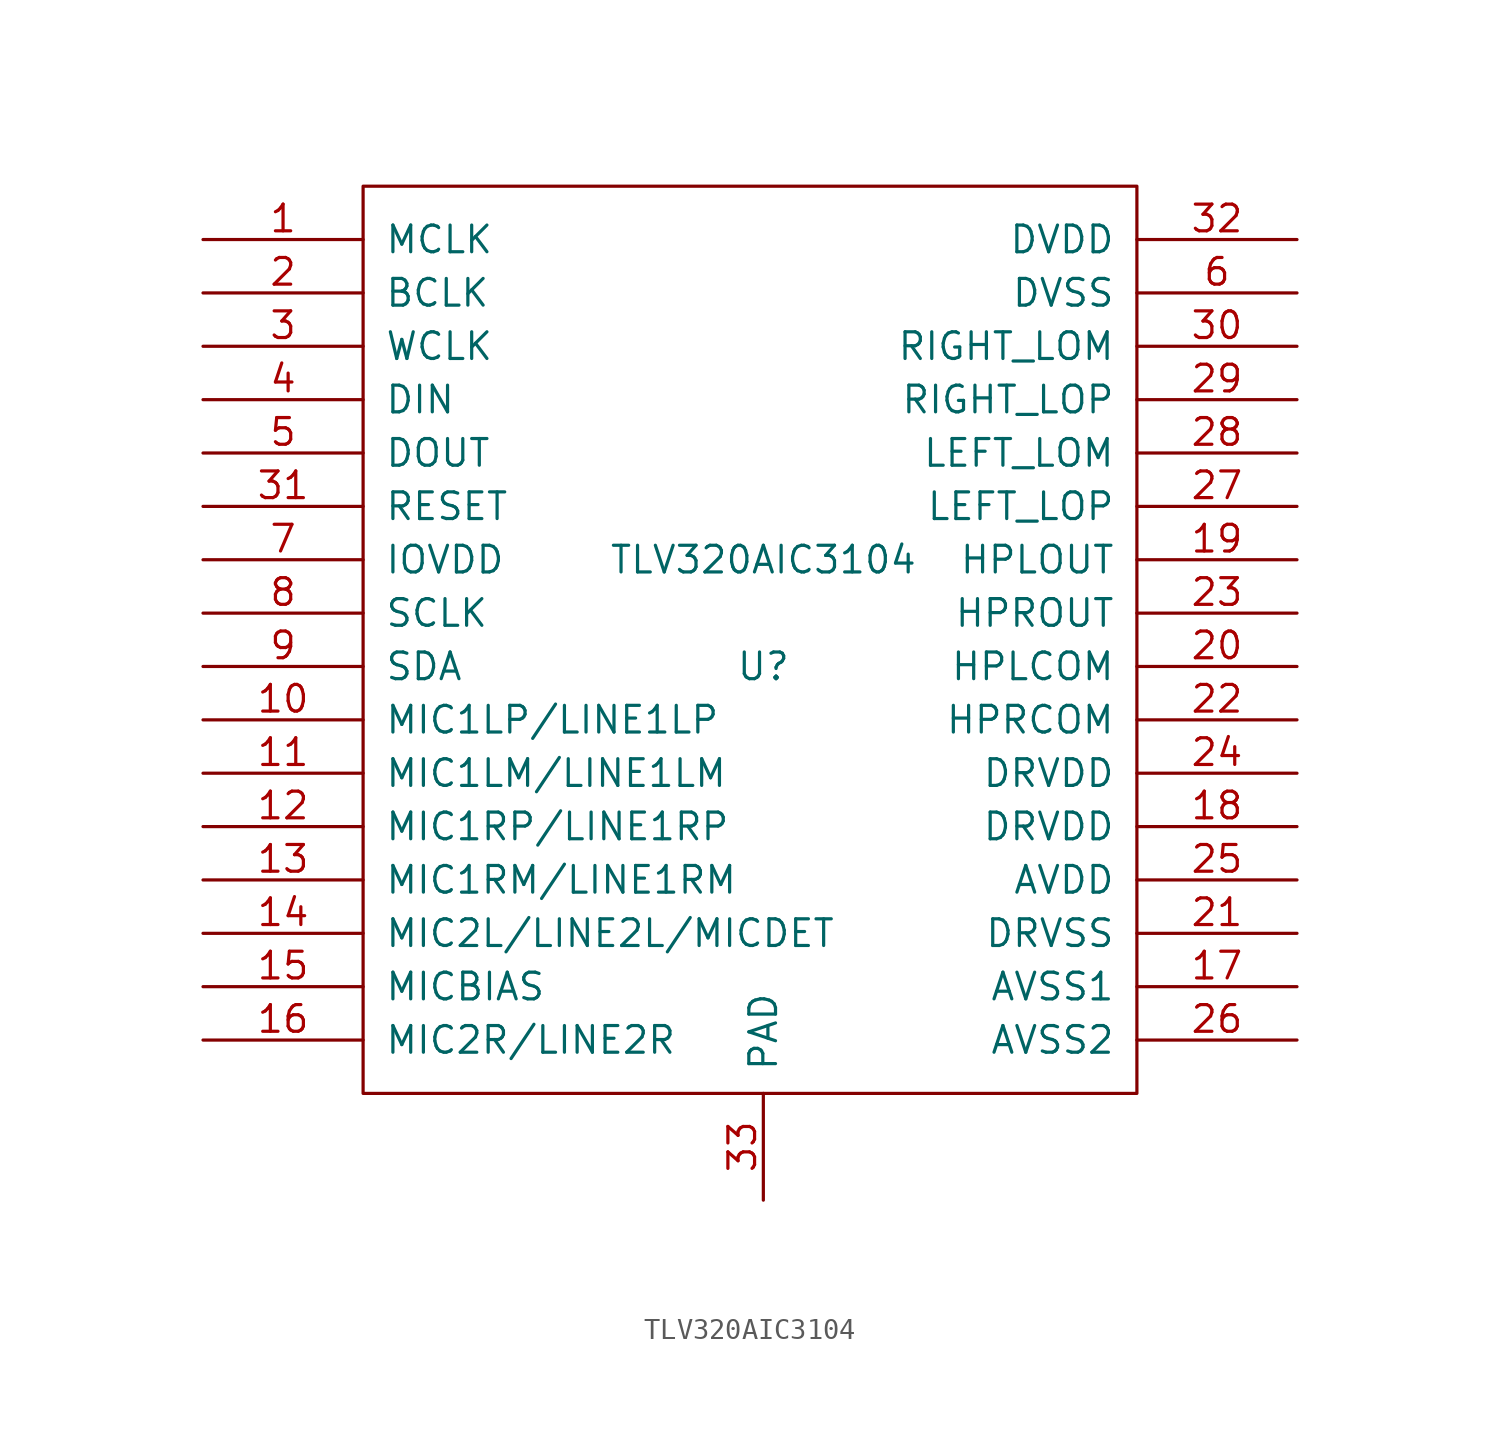
<source format=kicad_sym>
(kicad_symbol_lib
  (version 20231120)
  (generator "kicad_symbol_editor")
  (generator_version "8.0")
  (symbol "TLV320AIC3104"
    (pin_names
      (offset 1.016))
    (property "Reference" "U"
      (at 0 -2.54 0)
      (effects (font (size 1.27 1.27))))
    (property "Value" "TLV320AIC3104"
      (at 0 2.54 0)
      (effects (font (size 1.27 1.27))))
    (symbol "TLV320AIC3104_0_0"
      (rectangle (start -19.05 -22.86) (end 17.78 20.32) (stroke (width 0) (type solid)) (fill (type none))))
    (symbol "TLV320AIC3104_1_1"
      (pin bidirectional line (at -26.67 17.78 0) (length 7.62) (name "MCLK" (effects (font (size 1.27 1.27)))) (number "1" (effects (font (size 1.27 1.27)))))
      (pin input line (at -26.67 -5.08 0) (length 7.62) (name "MIC1LP/LINE1LP" (effects (font (size 1.27 1.27)))) (number "10" (effects (font (size 1.27 1.27)))))
      (pin input line (at -26.67 -7.62 0) (length 7.62) (name "MIC1LM/LINE1LM" (effects (font (size 1.27 1.27)))) (number "11" (effects (font (size 1.27 1.27)))))
      (pin input line (at -26.67 -10.16 0) (length 7.62) (name "MIC1RP/LINE1RP" (effects (font (size 1.27 1.27)))) (number "12" (effects (font (size 1.27 1.27)))))
      (pin input line (at -26.67 -12.7 0) (length 7.62) (name "MIC1RM/LINE1RM" (effects (font (size 1.27 1.27)))) (number "13" (effects (font (size 1.27 1.27)))))
      (pin input line (at -26.67 -15.24 0) (length 7.62) (name "MIC2L/LINE2L/MICDET" (effects (font (size 1.27 1.27)))) (number "14" (effects (font (size 1.27 1.27)))))
      (pin power_out line (at -26.67 -17.78 0) (length 7.62) (name "MICBIAS" (effects (font (size 1.27 1.27)))) (number "15" (effects (font (size 1.27 1.27)))))
      (pin input line (at -26.67 -20.32 0) (length 7.62) (name "MIC2R/LINE2R" (effects (font (size 1.27 1.27)))) (number "16" (effects (font (size 1.27 1.27)))))
      (pin power_in line (at 25.4 -17.78 180) (length 7.62) (name "AVSS1" (effects (font (size 1.27 1.27)))) (number "17" (effects (font (size 1.27 1.27)))))
      (pin power_in line (at 25.4 -10.16 180) (length 7.62) (name "DRVDD" (effects (font (size 1.27 1.27)))) (number "18" (effects (font (size 1.27 1.27)))))
      (pin output line (at 25.4 2.54 180) (length 7.62) (name "HPLOUT" (effects (font (size 1.27 1.27)))) (number "19" (effects (font (size 1.27 1.27)))))
      (pin bidirectional line (at -26.67 15.24 0) (length 7.62) (name "BCLK" (effects (font (size 1.27 1.27)))) (number "2" (effects (font (size 1.27 1.27)))))
      (pin output line (at 25.4 -2.54 180) (length 7.62) (name "HPLCOM" (effects (font (size 1.27 1.27)))) (number "20" (effects (font (size 1.27 1.27)))))
      (pin power_in line (at 25.4 -15.24 180) (length 7.62) (name "DRVSS" (effects (font (size 1.27 1.27)))) (number "21" (effects (font (size 1.27 1.27)))))
      (pin output line (at 25.4 -5.08 180) (length 7.62) (name "HPRCOM" (effects (font (size 1.27 1.27)))) (number "22" (effects (font (size 1.27 1.27)))))
      (pin input line (at 25.4 0 180) (length 7.62) (name "HPROUT" (effects (font (size 1.27 1.27)))) (number "23" (effects (font (size 1.27 1.27)))))
      (pin power_in line (at 25.4 -7.62 180) (length 7.62) (name "DRVDD" (effects (font (size 1.27 1.27)))) (number "24" (effects (font (size 1.27 1.27)))))
      (pin power_in line (at 25.4 -12.7 180) (length 7.62) (name "AVDD" (effects (font (size 1.27 1.27)))) (number "25" (effects (font (size 1.27 1.27)))))
      (pin power_in line (at 25.4 -20.32 180) (length 7.62) (name "AVSS2" (effects (font (size 1.27 1.27)))) (number "26" (effects (font (size 1.27 1.27)))))
      (pin output line (at 25.4 5.08 180) (length 7.62) (name "LEFT_LOP" (effects (font (size 1.27 1.27)))) (number "27" (effects (font (size 1.27 1.27)))))
      (pin power_out line (at 25.4 7.62 180) (length 7.62) (name "LEFT_LOM" (effects (font (size 1.27 1.27)))) (number "28" (effects (font (size 1.27 1.27)))))
      (pin output line (at 25.4 10.16 180) (length 7.62) (name "RIGHT_LOP" (effects (font (size 1.27 1.27)))) (number "29" (effects (font (size 1.27 1.27)))))
      (pin bidirectional line (at -26.67 12.7 0) (length 7.62) (name "WCLK" (effects (font (size 1.27 1.27)))) (number "3" (effects (font (size 1.27 1.27)))))
      (pin output line (at 25.4 12.7 180) (length 7.62) (name "RIGHT_LOM" (effects (font (size 1.27 1.27)))) (number "30" (effects (font (size 1.27 1.27)))))
      (pin input line (at -26.67 5.08 0) (length 7.62) (name "RESET" (effects (font (size 1.27 1.27)))) (number "31" (effects (font (size 1.27 1.27)))))
      (pin power_in line (at 25.4 17.78 180) (length 7.62) (name "DVDD" (effects (font (size 1.27 1.27)))) (number "32" (effects (font (size 1.27 1.27)))))
      (pin power_in line (at 0 -27.94 90) (length 5.08) (name "PAD" (effects (font (size 1.27 1.27)))) (number "33" (effects (font (size 1.27 1.27)))))
      (pin input line (at -26.67 10.16 0) (length 7.62) (name "DIN" (effects (font (size 1.27 1.27)))) (number "4" (effects (font (size 1.27 1.27)))))
      (pin output line (at -26.67 7.62 0) (length 7.62) (name "DOUT" (effects (font (size 1.27 1.27)))) (number "5" (effects (font (size 1.27 1.27)))))
      (pin power_in line (at 25.4 15.24 180) (length 7.62) (name "DVSS" (effects (font (size 1.27 1.27)))) (number "6" (effects (font (size 1.27 1.27)))))
      (pin power_in line (at -26.67 2.54 0) (length 7.62) (name "IOVDD" (effects (font (size 1.27 1.27)))) (number "7" (effects (font (size 1.27 1.27)))))
      (pin bidirectional line (at -26.67 0 0) (length 7.62) (name "SCLK" (effects (font (size 1.27 1.27)))) (number "8" (effects (font (size 1.27 1.27)))))
      (pin bidirectional line (at -26.67 -2.54 0) (length 7.62) (name "SDA" (effects (font (size 1.27 1.27)))) (number "9" (effects (font (size 1.27 1.27))))))))
</source>
